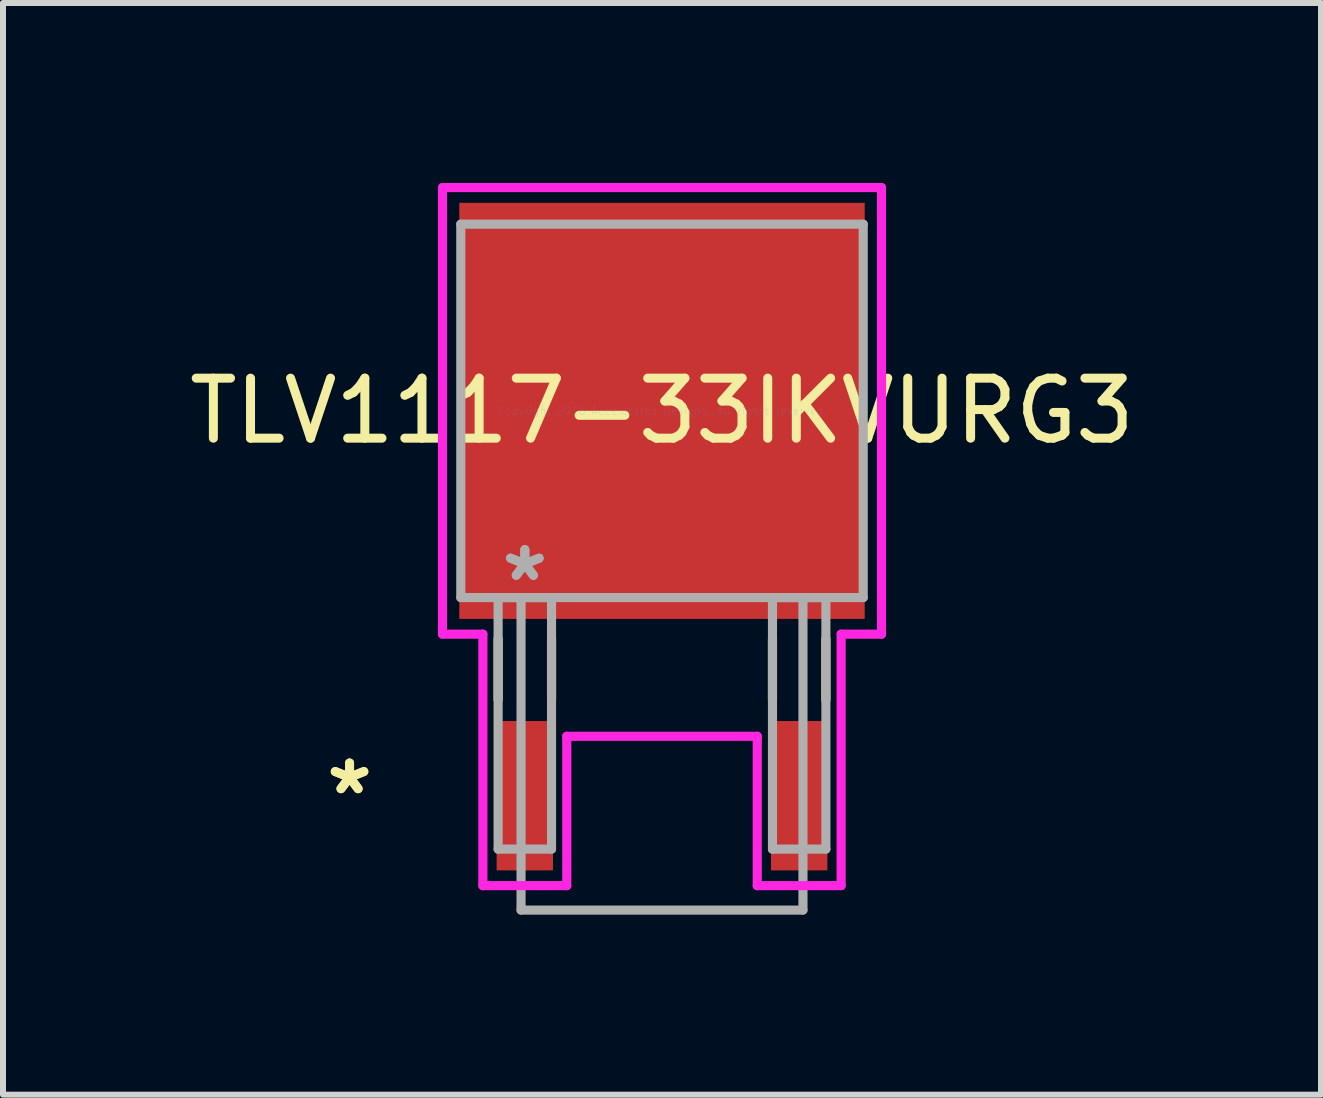
<source format=kicad_pcb>
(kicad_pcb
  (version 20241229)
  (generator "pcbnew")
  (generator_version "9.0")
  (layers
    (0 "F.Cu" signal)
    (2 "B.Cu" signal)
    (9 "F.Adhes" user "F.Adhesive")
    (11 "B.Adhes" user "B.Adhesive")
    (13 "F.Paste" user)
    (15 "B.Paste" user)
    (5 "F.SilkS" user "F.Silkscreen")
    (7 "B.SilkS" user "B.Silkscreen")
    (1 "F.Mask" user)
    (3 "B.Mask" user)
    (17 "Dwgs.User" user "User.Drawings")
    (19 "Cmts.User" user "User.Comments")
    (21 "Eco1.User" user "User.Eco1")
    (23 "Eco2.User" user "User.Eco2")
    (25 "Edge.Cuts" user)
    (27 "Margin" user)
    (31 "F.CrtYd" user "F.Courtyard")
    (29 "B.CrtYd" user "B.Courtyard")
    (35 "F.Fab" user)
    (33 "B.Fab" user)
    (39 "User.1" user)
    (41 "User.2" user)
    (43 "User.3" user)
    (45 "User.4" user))
  (footprint "TLV1117-33IKVURG3"
    (layer "F.Cu")
    (at 7.982 3.797)
    (property "Reference" "TLV1117-33IKVURG3" (at 0 0 0) (layer "F.SilkS") (effects (font (size 1 1) (thickness 0.15))))
    (attr through_hole)
    (fp_line (start -2.731 3.8) (end -2.731 4.813) (stroke (width 0.152) (type solid)) (layer "F.SilkS"))
    (fp_line (start -1.841 3.8) (end -1.841 4.813) (stroke (width 0.152) (type solid)) (layer "F.SilkS"))
    (fp_line (start 1.841 3.8) (end 1.841 4.813) (stroke (width 0.152) (type solid)) (layer "F.SilkS"))
    (fp_line (start 2.731 3.8) (end 2.731 4.813) (stroke (width 0.152) (type solid)) (layer "F.SilkS"))
    (fp_line (start -3.658 -3.721) (end 3.658 -3.721) (stroke (width 0.152) (type solid)) (layer "F.CrtYd"))
    (fp_line (start -3.658 3.721) (end -3.658 -3.721) (stroke (width 0.152) (type solid)) (layer "F.CrtYd"))
    (fp_line (start -2.985 3.721) (end -3.658 3.721) (stroke (width 0.152) (type solid)) (layer "F.CrtYd"))
    (fp_line (start -2.985 7.912) (end -2.985 3.721) (stroke (width 0.152) (type solid)) (layer "F.CrtYd"))
    (fp_line (start -1.587 5.423) (end -1.587 7.912) (stroke (width 0.152) (type solid)) (layer "F.CrtYd"))
    (fp_line (start -1.587 7.912) (end -2.985 7.912) (stroke (width 0.152) (type solid)) (layer "F.CrtYd"))
    (fp_line (start 1.587 5.423) (end -1.587 5.423) (stroke (width 0.152) (type solid)) (layer "F.CrtYd"))
    (fp_line (start 1.587 7.912) (end 1.587 5.423) (stroke (width 0.152) (type solid)) (layer "F.CrtYd"))
    (fp_line (start 2.985 3.721) (end 2.985 7.912) (stroke (width 0.152) (type solid)) (layer "F.CrtYd"))
    (fp_line (start 2.985 7.912) (end 1.587 7.912) (stroke (width 0.152) (type solid)) (layer "F.CrtYd"))
    (fp_line (start 3.658 -3.721) (end 3.658 3.721) (stroke (width 0.152) (type solid)) (layer "F.CrtYd"))
    (fp_line (start 3.658 3.721) (end 2.985 3.721) (stroke (width 0.152) (type solid)) (layer "F.CrtYd"))
    (fp_line (start -3.353 -3.111) (end -3.353 3.111) (stroke (width 0.152) (type solid)) (layer "F.Fab"))
    (fp_line (start -3.353 3.111) (end 3.353 3.111) (stroke (width 0.152) (type solid)) (layer "F.Fab"))
    (fp_line (start -2.731 3.111) (end -2.731 7.303) (stroke (width 0.152) (type solid)) (layer "F.Fab"))
    (fp_line (start -2.731 7.303) (end -1.841 7.303) (stroke (width 0.152) (type solid)) (layer "F.Fab"))
    (fp_line (start -2.349 3.111) (end -2.349 8.319) (stroke (width 0.152) (type solid)) (layer "F.Fab"))
    (fp_line (start -2.349 8.319) (end 2.349 8.319) (stroke (width 0.152) (type solid)) (layer "F.Fab"))
    (fp_line (start -1.841 3.111) (end -2.731 3.111) (stroke (width 0.152) (type solid)) (layer "F.Fab"))
    (fp_line (start -1.841 7.303) (end -1.841 3.111) (stroke (width 0.152) (type solid)) (layer "F.Fab"))
    (fp_line (start 1.841 3.111) (end 1.841 7.303) (stroke (width 0.152) (type solid)) (layer "F.Fab"))
    (fp_line (start 1.841 7.303) (end 2.731 7.303) (stroke (width 0.152) (type solid)) (layer "F.Fab"))
    (fp_line (start 2.349 8.319) (end 2.349 3.111) (stroke (width 0.152) (type solid)) (layer "F.Fab"))
    (fp_line (start 2.731 3.111) (end 1.841 3.111) (stroke (width 0.152) (type solid)) (layer "F.Fab"))
    (fp_line (start 2.731 7.303) (end 2.731 3.111) (stroke (width 0.152) (type solid)) (layer "F.Fab"))
    (fp_line (start 3.353 -3.111) (end -3.353 -3.111) (stroke (width 0.152) (type solid)) (layer "F.Fab"))
    (fp_line (start 3.353 3.111) (end 3.353 -3.111) (stroke (width 0.152) (type solid)) (layer "F.Fab"))
    (fp_text user "*" (at -5.207 6.413 0) (layer "F.SilkS") (effects (font (size 1 1) (thickness 0.15))))
    (fp_text user "*" (at -5.207 6.413 0) (layer "F.SilkS") (effects (font (size 1 1) (thickness 0.15))))
    (fp_text user "Copyright 2016 Accelerated Designs. All rights reserved." (at 0 0 0) (layer "Cmts.User") (effects (font (size 0.127 0.127) (thickness 0.002))))
    (fp_text user "*" (at -2.286 2.857 0) (layer "F.Fab") (effects (font (size 1 1) (thickness 0.15))))
    (fp_text user "*" (at -2.286 2.857 0) (layer "F.Fab") (effects (font (size 1 1) (thickness 0.15))))
    (pad "1" smd rect (at -2.286 6.413) (size 0.94 2.489) (layers "F.Cu" "F.Mask" "F.Paste"))
    (pad "2" smd rect (at 0 0) (size 6.756 6.934) (layers "F.Cu" "F.Mask" "F.Paste"))
    (pad "3" smd rect (at 2.286 6.413) (size 0.94 2.489) (layers "F.Cu" "F.Mask" "F.Paste")))
  (gr_rect
    (start -3 -3)
    (end 18.964 15.192)
    (stroke (width 0.1) (type default))
    (fill no)
    (layer "Edge.Cuts")))
</source>
